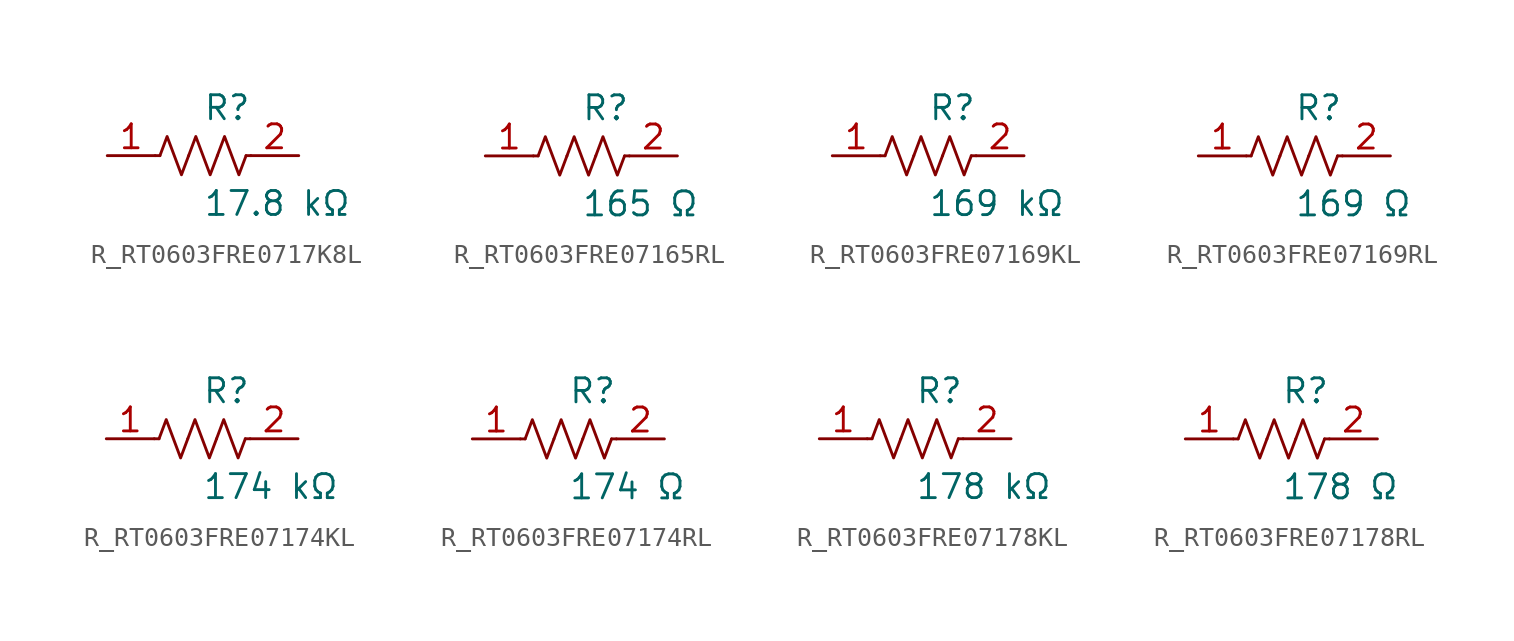
<source format=kicad_sym>
(kicad_symbol_lib
  (version 20231120)
  (generator kicad_symbol_editor)
  (generator_version 8.0)
  (symbol "R_RT0603FRE0717K8L"
    (pin_names
      (offset 0.254))
    (property "Reference" "R"
      (at 0.0 2.54 0)
      (effects (font (size 1.27 1.27)) (justify left)))
    (property "Value" "17.8 kΩ"
      (at 0.0 -2.54 0)
      (effects (font (size 1.27 1.27)) (justify left)))
    (symbol "R_RT0603FRE0717K8L_0_1"
      (polyline (pts (xy 2.286 0) (xy 2.54 0)) (stroke (width 0) (type default)) (fill (type none)))
      (polyline (pts (xy -2.286 0) (xy -2.54 0)) (stroke (width 0) (type default)) (fill (type none)))
      (polyline (pts (xy 0.762 0) (xy 1.143 1.016) (xy 1.524 0) (xy 1.905 -1.016) (xy 2.286 0)) (stroke (width 0) (type default)) (fill (type none)))
      (polyline (pts (xy -0.762 0) (xy -0.381 1.016) (xy 0 0) (xy 0.381 -1.016) (xy 0.762 0)) (stroke (width 0) (type default)) (fill (type none)))
      (polyline (pts (xy -2.286 0) (xy -1.905 1.016) (xy -1.524 0) (xy -1.143 -1.016) (xy -0.762 0)) (stroke (width 0) (type default)) (fill (type none))))
    (pin unspecified line
      (at -5.08 0 0)
      (length 2.54)
      (name "" (effects (font (size 1.27 1.27))))
      (number "1" (effects (font (size 1.27 1.27)))))
    (pin unspecified line
      (at 5.08 0 180)
      (length 2.54)
      (name "" (effects (font (size 1.27 1.27))))
      (number "2" (effects (font (size 1.27 1.27))))))
  (symbol "R_RT0603FRE07165RL"
    (pin_names
      (offset 0.254))
    (property "Reference" "R"
      (at 0.0 2.54 0)
      (effects (font (size 1.27 1.27)) (justify left)))
    (property "Value" "165 Ω"
      (at 0.0 -2.54 0)
      (effects (font (size 1.27 1.27)) (justify left)))
    (symbol "R_RT0603FRE07165RL_0_1"
      (polyline (pts (xy 2.286 0) (xy 2.54 0)) (stroke (width 0) (type default)) (fill (type none)))
      (polyline (pts (xy -2.286 0) (xy -2.54 0)) (stroke (width 0) (type default)) (fill (type none)))
      (polyline (pts (xy 0.762 0) (xy 1.143 1.016) (xy 1.524 0) (xy 1.905 -1.016) (xy 2.286 0)) (stroke (width 0) (type default)) (fill (type none)))
      (polyline (pts (xy -0.762 0) (xy -0.381 1.016) (xy 0 0) (xy 0.381 -1.016) (xy 0.762 0)) (stroke (width 0) (type default)) (fill (type none)))
      (polyline (pts (xy -2.286 0) (xy -1.905 1.016) (xy -1.524 0) (xy -1.143 -1.016) (xy -0.762 0)) (stroke (width 0) (type default)) (fill (type none))))
    (pin unspecified line
      (at -5.08 0 0)
      (length 2.54)
      (name "" (effects (font (size 1.27 1.27))))
      (number "1" (effects (font (size 1.27 1.27)))))
    (pin unspecified line
      (at 5.08 0 180)
      (length 2.54)
      (name "" (effects (font (size 1.27 1.27))))
      (number "2" (effects (font (size 1.27 1.27))))))
  (symbol "R_RT0603FRE07169KL"
    (pin_names
      (offset 0.254))
    (property "Reference" "R"
      (at 0.0 2.54 0)
      (effects (font (size 1.27 1.27)) (justify left)))
    (property "Value" "169 kΩ"
      (at 0.0 -2.54 0)
      (effects (font (size 1.27 1.27)) (justify left)))
    (symbol "R_RT0603FRE07169KL_0_1"
      (polyline (pts (xy 2.286 0) (xy 2.54 0)) (stroke (width 0) (type default)) (fill (type none)))
      (polyline (pts (xy -2.286 0) (xy -2.54 0)) (stroke (width 0) (type default)) (fill (type none)))
      (polyline (pts (xy 0.762 0) (xy 1.143 1.016) (xy 1.524 0) (xy 1.905 -1.016) (xy 2.286 0)) (stroke (width 0) (type default)) (fill (type none)))
      (polyline (pts (xy -0.762 0) (xy -0.381 1.016) (xy 0 0) (xy 0.381 -1.016) (xy 0.762 0)) (stroke (width 0) (type default)) (fill (type none)))
      (polyline (pts (xy -2.286 0) (xy -1.905 1.016) (xy -1.524 0) (xy -1.143 -1.016) (xy -0.762 0)) (stroke (width 0) (type default)) (fill (type none))))
    (pin unspecified line
      (at -5.08 0 0)
      (length 2.54)
      (name "" (effects (font (size 1.27 1.27))))
      (number "1" (effects (font (size 1.27 1.27)))))
    (pin unspecified line
      (at 5.08 0 180)
      (length 2.54)
      (name "" (effects (font (size 1.27 1.27))))
      (number "2" (effects (font (size 1.27 1.27))))))
  (symbol "R_RT0603FRE07169RL"
    (pin_names
      (offset 0.254))
    (property "Reference" "R"
      (at 0.0 2.54 0)
      (effects (font (size 1.27 1.27)) (justify left)))
    (property "Value" "169 Ω"
      (at 0.0 -2.54 0)
      (effects (font (size 1.27 1.27)) (justify left)))
    (symbol "R_RT0603FRE07169RL_0_1"
      (polyline (pts (xy 2.286 0) (xy 2.54 0)) (stroke (width 0) (type default)) (fill (type none)))
      (polyline (pts (xy -2.286 0) (xy -2.54 0)) (stroke (width 0) (type default)) (fill (type none)))
      (polyline (pts (xy 0.762 0) (xy 1.143 1.016) (xy 1.524 0) (xy 1.905 -1.016) (xy 2.286 0)) (stroke (width 0) (type default)) (fill (type none)))
      (polyline (pts (xy -0.762 0) (xy -0.381 1.016) (xy 0 0) (xy 0.381 -1.016) (xy 0.762 0)) (stroke (width 0) (type default)) (fill (type none)))
      (polyline (pts (xy -2.286 0) (xy -1.905 1.016) (xy -1.524 0) (xy -1.143 -1.016) (xy -0.762 0)) (stroke (width 0) (type default)) (fill (type none))))
    (pin unspecified line
      (at -5.08 0 0)
      (length 2.54)
      (name "" (effects (font (size 1.27 1.27))))
      (number "1" (effects (font (size 1.27 1.27)))))
    (pin unspecified line
      (at 5.08 0 180)
      (length 2.54)
      (name "" (effects (font (size 1.27 1.27))))
      (number "2" (effects (font (size 1.27 1.27))))))
  (symbol "R_RT0603FRE07174KL"
    (pin_names
      (offset 0.254))
    (property "Reference" "R"
      (at 0.0 2.54 0)
      (effects (font (size 1.27 1.27)) (justify left)))
    (property "Value" "174 kΩ"
      (at 0.0 -2.54 0)
      (effects (font (size 1.27 1.27)) (justify left)))
    (symbol "R_RT0603FRE07174KL_0_1"
      (polyline (pts (xy 2.286 0) (xy 2.54 0)) (stroke (width 0) (type default)) (fill (type none)))
      (polyline (pts (xy -2.286 0) (xy -2.54 0)) (stroke (width 0) (type default)) (fill (type none)))
      (polyline (pts (xy 0.762 0) (xy 1.143 1.016) (xy 1.524 0) (xy 1.905 -1.016) (xy 2.286 0)) (stroke (width 0) (type default)) (fill (type none)))
      (polyline (pts (xy -0.762 0) (xy -0.381 1.016) (xy 0 0) (xy 0.381 -1.016) (xy 0.762 0)) (stroke (width 0) (type default)) (fill (type none)))
      (polyline (pts (xy -2.286 0) (xy -1.905 1.016) (xy -1.524 0) (xy -1.143 -1.016) (xy -0.762 0)) (stroke (width 0) (type default)) (fill (type none))))
    (pin unspecified line
      (at -5.08 0 0)
      (length 2.54)
      (name "" (effects (font (size 1.27 1.27))))
      (number "1" (effects (font (size 1.27 1.27)))))
    (pin unspecified line
      (at 5.08 0 180)
      (length 2.54)
      (name "" (effects (font (size 1.27 1.27))))
      (number "2" (effects (font (size 1.27 1.27))))))
  (symbol "R_RT0603FRE07174RL"
    (pin_names
      (offset 0.254))
    (property "Reference" "R"
      (at 0.0 2.54 0)
      (effects (font (size 1.27 1.27)) (justify left)))
    (property "Value" "174 Ω"
      (at 0.0 -2.54 0)
      (effects (font (size 1.27 1.27)) (justify left)))
    (symbol "R_RT0603FRE07174RL_0_1"
      (polyline (pts (xy 2.286 0) (xy 2.54 0)) (stroke (width 0) (type default)) (fill (type none)))
      (polyline (pts (xy -2.286 0) (xy -2.54 0)) (stroke (width 0) (type default)) (fill (type none)))
      (polyline (pts (xy 0.762 0) (xy 1.143 1.016) (xy 1.524 0) (xy 1.905 -1.016) (xy 2.286 0)) (stroke (width 0) (type default)) (fill (type none)))
      (polyline (pts (xy -0.762 0) (xy -0.381 1.016) (xy 0 0) (xy 0.381 -1.016) (xy 0.762 0)) (stroke (width 0) (type default)) (fill (type none)))
      (polyline (pts (xy -2.286 0) (xy -1.905 1.016) (xy -1.524 0) (xy -1.143 -1.016) (xy -0.762 0)) (stroke (width 0) (type default)) (fill (type none))))
    (pin unspecified line
      (at -5.08 0 0)
      (length 2.54)
      (name "" (effects (font (size 1.27 1.27))))
      (number "1" (effects (font (size 1.27 1.27)))))
    (pin unspecified line
      (at 5.08 0 180)
      (length 2.54)
      (name "" (effects (font (size 1.27 1.27))))
      (number "2" (effects (font (size 1.27 1.27))))))
  (symbol "R_RT0603FRE07178KL"
    (pin_names
      (offset 0.254))
    (property "Reference" "R"
      (at 0.0 2.54 0)
      (effects (font (size 1.27 1.27)) (justify left)))
    (property "Value" "178 kΩ"
      (at 0.0 -2.54 0)
      (effects (font (size 1.27 1.27)) (justify left)))
    (symbol "R_RT0603FRE07178KL_0_1"
      (polyline (pts (xy 2.286 0) (xy 2.54 0)) (stroke (width 0) (type default)) (fill (type none)))
      (polyline (pts (xy -2.286 0) (xy -2.54 0)) (stroke (width 0) (type default)) (fill (type none)))
      (polyline (pts (xy 0.762 0) (xy 1.143 1.016) (xy 1.524 0) (xy 1.905 -1.016) (xy 2.286 0)) (stroke (width 0) (type default)) (fill (type none)))
      (polyline (pts (xy -0.762 0) (xy -0.381 1.016) (xy 0 0) (xy 0.381 -1.016) (xy 0.762 0)) (stroke (width 0) (type default)) (fill (type none)))
      (polyline (pts (xy -2.286 0) (xy -1.905 1.016) (xy -1.524 0) (xy -1.143 -1.016) (xy -0.762 0)) (stroke (width 0) (type default)) (fill (type none))))
    (pin unspecified line
      (at -5.08 0 0)
      (length 2.54)
      (name "" (effects (font (size 1.27 1.27))))
      (number "1" (effects (font (size 1.27 1.27)))))
    (pin unspecified line
      (at 5.08 0 180)
      (length 2.54)
      (name "" (effects (font (size 1.27 1.27))))
      (number "2" (effects (font (size 1.27 1.27))))))
  (symbol "R_RT0603FRE07178RL"
    (pin_names
      (offset 0.254))
    (property "Reference" "R"
      (at 0.0 2.54 0)
      (effects (font (size 1.27 1.27)) (justify left)))
    (property "Value" "178 Ω"
      (at 0.0 -2.54 0)
      (effects (font (size 1.27 1.27)) (justify left)))
    (symbol "R_RT0603FRE07178RL_0_1"
      (polyline (pts (xy 2.286 0) (xy 2.54 0)) (stroke (width 0) (type default)) (fill (type none)))
      (polyline (pts (xy -2.286 0) (xy -2.54 0)) (stroke (width 0) (type default)) (fill (type none)))
      (polyline (pts (xy 0.762 0) (xy 1.143 1.016) (xy 1.524 0) (xy 1.905 -1.016) (xy 2.286 0)) (stroke (width 0) (type default)) (fill (type none)))
      (polyline (pts (xy -0.762 0) (xy -0.381 1.016) (xy 0 0) (xy 0.381 -1.016) (xy 0.762 0)) (stroke (width 0) (type default)) (fill (type none)))
      (polyline (pts (xy -2.286 0) (xy -1.905 1.016) (xy -1.524 0) (xy -1.143 -1.016) (xy -0.762 0)) (stroke (width 0) (type default)) (fill (type none))))
    (pin unspecified line
      (at -5.08 0 0)
      (length 2.54)
      (name "" (effects (font (size 1.27 1.27))))
      (number "1" (effects (font (size 1.27 1.27)))))
    (pin unspecified line
      (at 5.08 0 180)
      (length 2.54)
      (name "" (effects (font (size 1.27 1.27))))
      (number "2" (effects (font (size 1.27 1.27)))))))
</source>
